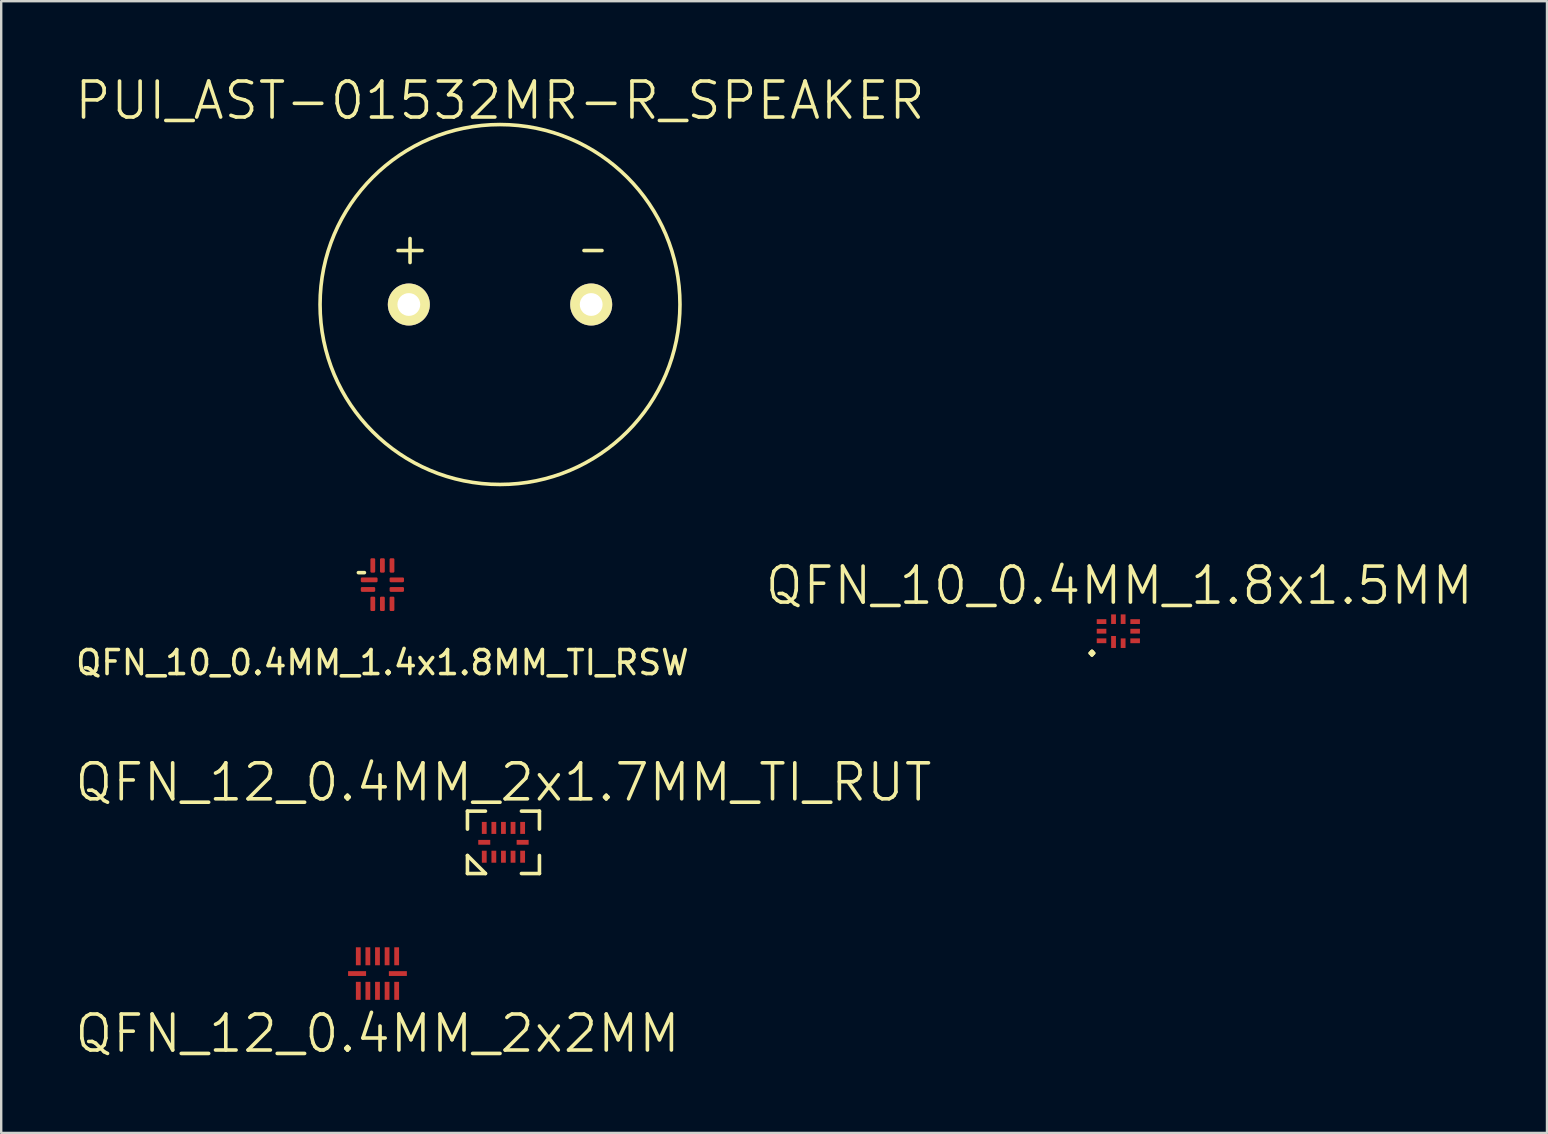
<source format=kicad_pcb>
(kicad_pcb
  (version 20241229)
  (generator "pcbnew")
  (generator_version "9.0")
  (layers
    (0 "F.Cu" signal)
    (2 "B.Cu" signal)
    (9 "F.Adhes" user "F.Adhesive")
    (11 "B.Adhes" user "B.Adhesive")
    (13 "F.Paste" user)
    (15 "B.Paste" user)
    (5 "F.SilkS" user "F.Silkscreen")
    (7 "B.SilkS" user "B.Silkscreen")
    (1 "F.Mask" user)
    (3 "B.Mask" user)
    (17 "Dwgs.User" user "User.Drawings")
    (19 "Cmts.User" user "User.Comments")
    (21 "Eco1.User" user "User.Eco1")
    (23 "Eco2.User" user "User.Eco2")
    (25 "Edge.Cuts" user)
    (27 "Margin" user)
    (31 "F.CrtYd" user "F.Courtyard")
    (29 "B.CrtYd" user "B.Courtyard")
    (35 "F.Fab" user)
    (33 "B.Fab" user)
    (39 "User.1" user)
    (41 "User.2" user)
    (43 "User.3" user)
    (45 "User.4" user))
  (footprint "QFN_10_0.4MM_1.8x1.5MM"
    (layer "F.Cu")
    (at 43.559 23.256)
    (property "Reference" "QFN_10_0.4MM_1.8x1.5MM" (at 0.04 -1.9 0) (layer "F.SilkS") (effects (font (size 1.5 1.5) (thickness 0.15))))
    (attr through_hole)
    (fp_text user "." (at -1.1 0.3 0) (layer "F.SilkS") (effects (font (size 1.5 1.5) (thickness 0.15))))
    (pad "1" smd rect (at -0.2 0.45) (size 0.2 0.5) (layers "F.Cu" "F.Mask" "F.Paste"))
    (pad "2" smd rect (at 0.2 0.5) (size 0.2 0.4) (layers "F.Cu" "F.Mask" "F.Paste"))
    (pad "3" smd rect (at 0.7 0.4 90) (size 0.2 0.4) (layers "F.Cu" "F.Mask" "F.Paste"))
    (pad "4" smd rect (at 0.7 0 90) (size 0.2 0.4) (layers "F.Cu" "F.Mask" "F.Paste"))
    (pad "5" smd rect (at 0.7 -0.4 90) (size 0.2 0.4) (layers "F.Cu" "F.Mask" "F.Paste"))
    (pad "6" smd rect (at 0.2 -0.5 180) (size 0.2 0.4) (layers "F.Cu" "F.Mask" "F.Paste"))
    (pad "7" smd rect (at -0.2 -0.5 180) (size 0.2 0.4) (layers "F.Cu" "F.Mask" "F.Paste"))
    (pad "8" smd rect (at -0.7 -0.4 90) (size 0.2 0.4) (layers "F.Cu" "F.Mask" "F.Paste"))
    (pad "9" smd rect (at -0.7 0 90) (size 0.2 0.4) (layers "F.Cu" "F.Mask" "F.Paste"))
    (pad "10" smd rect (at -0.7 0.4 90) (size 0.2 0.4) (layers "F.Cu" "F.Mask" "F.Paste")))
  (footprint "QFN_10_0.4MM_1.4x1.8MM_TI_RSW"
    (layer "F.Cu")
    (at 12.887 21.316)
    (property "Reference" "QFN_10_0.4MM_1.4x1.8MM_TI_RSW" (at 0 3.25 0) (layer "F.SilkS") (effects (font (size 1 1) (thickness 0.15))))
    (attr through_hole)
    (fp_line (start -0.75 -0.5) (end -1 -0.5) (stroke (width 0.15) (type solid)) (layer "F.SilkS"))
    (pad "1" smd roundrect (at -0.55 -0.2 180) (size 0.7 0.2) (layers "F.Cu" "F.Mask" "F.Paste") (roundrect_rratio 0.25))
    (pad "2" smd roundrect (at -0.6 0.2) (size 0.6 0.2) (layers "F.Cu" "F.Mask" "F.Paste") (roundrect_rratio 0.25))
    (pad "3" smd roundrect (at -0.4 0.8) (size 0.2 0.6) (layers "F.Cu" "F.Mask" "F.Paste") (roundrect_rratio 0.25))
    (pad "4" smd roundrect (at 0 0.8) (size 0.2 0.6) (layers "F.Cu" "F.Mask" "F.Paste") (roundrect_rratio 0.25))
    (pad "5" smd roundrect (at 0.4 0.8) (size 0.2 0.6) (layers "F.Cu" "F.Mask" "F.Paste") (roundrect_rratio 0.25))
    (pad "6" smd roundrect (at 0.6 0.2 90) (size 0.2 0.6) (layers "F.Cu" "F.Mask" "F.Paste") (roundrect_rratio 0.25))
    (pad "7" smd roundrect (at 0.6 -0.2 90) (size 0.2 0.6) (layers "F.Cu" "F.Mask" "F.Paste") (roundrect_rratio 0.25))
    (pad "8" smd roundrect (at 0.4 -0.8 180) (size 0.2 0.6) (layers "F.Cu" "F.Mask" "F.Paste") (roundrect_rratio 0.25))
    (pad "9" smd roundrect (at 0 -0.8 180) (size 0.2 0.6) (layers "F.Cu" "F.Mask" "F.Paste") (roundrect_rratio 0.25))
    (pad "10" smd roundrect (at -0.4 -0.8 180) (size 0.2 0.6) (layers "F.Cu" "F.Mask" "F.Paste") (roundrect_rratio 0.25)))
  (footprint "PUI_AST-01532MR-R_SPEAKER"
    (layer "F.Cu")
    (at 17.789 9.641)
    (property "Reference" "PUI_AST-01532MR-R_SPEAKER" (at 0 -8.5 0) (layer "F.SilkS") (effects (font (size 1.5 1.5) (thickness 0.15))))
    (attr through_hole)
    (fp_line (start -4.25 -2.25) (end -3.25 -2.25) (stroke (width 0.15) (type solid)) (layer "F.SilkS"))
    (fp_line (start -3.75 -2.75) (end -3.75 -1.75) (stroke (width 0.15) (type solid)) (layer "F.SilkS"))
    (fp_line (start 3.5 -2.25) (end 4.25 -2.25) (stroke (width 0.15) (type solid)) (layer "F.SilkS"))
    (fp_circle (center 0 0) (end 7.5 0) (stroke (width 0.15) (type solid)) (fill no) (layer "F.SilkS"))
    (pad "1" thru_hole circle (at -3.8 0) (size 1.75 1.75) (drill 0.95) (layers "*.Cu" "*.Mask" "F.SilkS"))
    (pad "2" thru_hole circle (at 3.8 0) (size 1.75 1.75) (drill 0.95) (layers "*.Cu" "*.Mask" "F.SilkS")))
  (footprint "QFN_12_0.4MM_2x1.7MM_TI_RUT"
    (layer "F.Cu")
    (at 17.932 32.055)
    (property "Reference" "QFN_12_0.4MM_2x1.7MM_TI_RUT" (at 0 -2.5 0) (layer "F.SilkS") (effects (font (size 1.5 1.5) (thickness 0.15))))
    (attr through_hole)
    (fp_line (start -1.5 -1.3) (end -1.5 -0.55) (stroke (width 0.15) (type solid)) (layer "F.SilkS"))
    (fp_line (start -1.5 0.55) (end -1.5 1.3) (stroke (width 0.15) (type solid)) (layer "F.SilkS"))
    (fp_line (start -1.5 1.3) (end -0.75 1.3) (stroke (width 0.15) (type solid)) (layer "F.SilkS"))
    (fp_line (start -0.75 -1.3) (end -1.5 -1.3) (stroke (width 0.15) (type solid)) (layer "F.SilkS"))
    (fp_line (start -0.75 1.3) (end -1.5 0.55) (stroke (width 0.15) (type solid)) (layer "F.SilkS"))
    (fp_line (start 0.75 -1.3) (end 1.5 -1.3) (stroke (width 0.15) (type solid)) (layer "F.SilkS"))
    (fp_line (start 1.5 -1.3) (end 1.5 -0.55) (stroke (width 0.15) (type solid)) (layer "F.SilkS"))
    (fp_line (start 1.5 0.55) (end 1.5 1.3) (stroke (width 0.15) (type solid)) (layer "F.SilkS"))
    (fp_line (start 1.5 1.3) (end 0.75 1.3) (stroke (width 0.15) (type solid)) (layer "F.SilkS"))
    (pad "1" smd rect (at -0.8 0.6) (size 0.2 0.5) (layers "F.Cu" "F.Mask" "F.Paste"))
    (pad "2" smd rect (at -0.4 0.6) (size 0.2 0.5) (layers "F.Cu" "F.Mask" "F.Paste"))
    (pad "3" smd rect (at 0 0.6) (size 0.2 0.5) (layers "F.Cu" "F.Mask" "F.Paste"))
    (pad "4" smd rect (at 0.4 0.6) (size 0.2 0.5) (layers "F.Cu" "F.Mask" "F.Paste"))
    (pad "5" smd rect (at 0.8 0.6) (size 0.2 0.5) (layers "F.Cu" "F.Mask" "F.Paste"))
    (pad "6" smd rect (at 0.8 0 90) (size 0.2 0.5) (layers "F.Cu" "F.Mask" "F.Paste"))
    (pad "7" smd rect (at 0.8 -0.6) (size 0.2 0.5) (layers "F.Cu" "F.Mask" "F.Paste"))
    (pad "8" smd rect (at 0.4 -0.6) (size 0.2 0.5) (layers "F.Cu" "F.Mask" "F.Paste"))
    (pad "9" smd rect (at 0 -0.6) (size 0.2 0.5) (layers "F.Cu" "F.Mask" "F.Paste"))
    (pad "10" smd rect (at -0.4 -0.6) (size 0.2 0.5) (layers "F.Cu" "F.Mask" "F.Paste"))
    (pad "11" smd rect (at -0.8 -0.6) (size 0.2 0.5) (layers "F.Cu" "F.Mask" "F.Paste"))
    (pad "12" smd rect (at -0.8 0 90) (size 0.2 0.5) (layers "F.Cu" "F.Mask" "F.Paste")))
  (footprint "QFN_12_0.4MM_2x2MM"
    (layer "F.Cu")
    (at 12.682 37.525)
    (property "Reference" "QFN_12_0.4MM_2x2MM" (at 0 2.5 0) (layer "F.SilkS") (effects (font (size 1.5 1.5) (thickness 0.15))))
    (attr through_hole)
    (pad "1" smd rect (at -0.8 0.72) (size 0.2 0.75) (layers "F.Cu" "F.Mask" "F.Paste"))
    (pad "2" smd rect (at -0.4 0.72) (size 0.2 0.75) (layers "F.Cu" "F.Mask" "F.Paste"))
    (pad "3" smd rect (at 0 0.72) (size 0.2 0.75) (layers "F.Cu" "F.Mask" "F.Paste"))
    (pad "4" smd rect (at 0.4 0.72) (size 0.2 0.75) (layers "F.Cu" "F.Mask" "F.Paste"))
    (pad "5" smd rect (at 0.8 0.72) (size 0.2 0.75) (layers "F.Cu" "F.Mask" "F.Paste"))
    (pad "6" smd rect (at 0.85 0 90) (size 0.2 0.75) (layers "F.Cu" "F.Mask" "F.Paste"))
    (pad "7" smd rect (at 0.8 -0.72) (size 0.2 0.75) (layers "F.Cu" "F.Mask" "F.Paste"))
    (pad "8" smd rect (at 0.4 -0.72) (size 0.2 0.75) (layers "F.Cu" "F.Mask" "F.Paste"))
    (pad "9" smd rect (at 0 -0.72) (size 0.2 0.75) (layers "F.Cu" "F.Mask" "F.Paste"))
    (pad "10" smd rect (at -0.4 -0.72) (size 0.2 0.75) (layers "F.Cu" "F.Mask" "F.Paste"))
    (pad "11" smd rect (at -0.8 -0.72) (size 0.2 0.75) (layers "F.Cu" "F.Mask" "F.Paste"))
    (pad "12" smd rect (at -0.85 0 90) (size 0.2 0.75) (layers "F.Cu" "F.Mask" "F.Paste")))
  (gr_rect
    (start -3 -3)
    (end 61.424 44.166)
    (stroke (width 0.1) (type default))
    (fill no)
    (layer "Edge.Cuts")))
</source>
